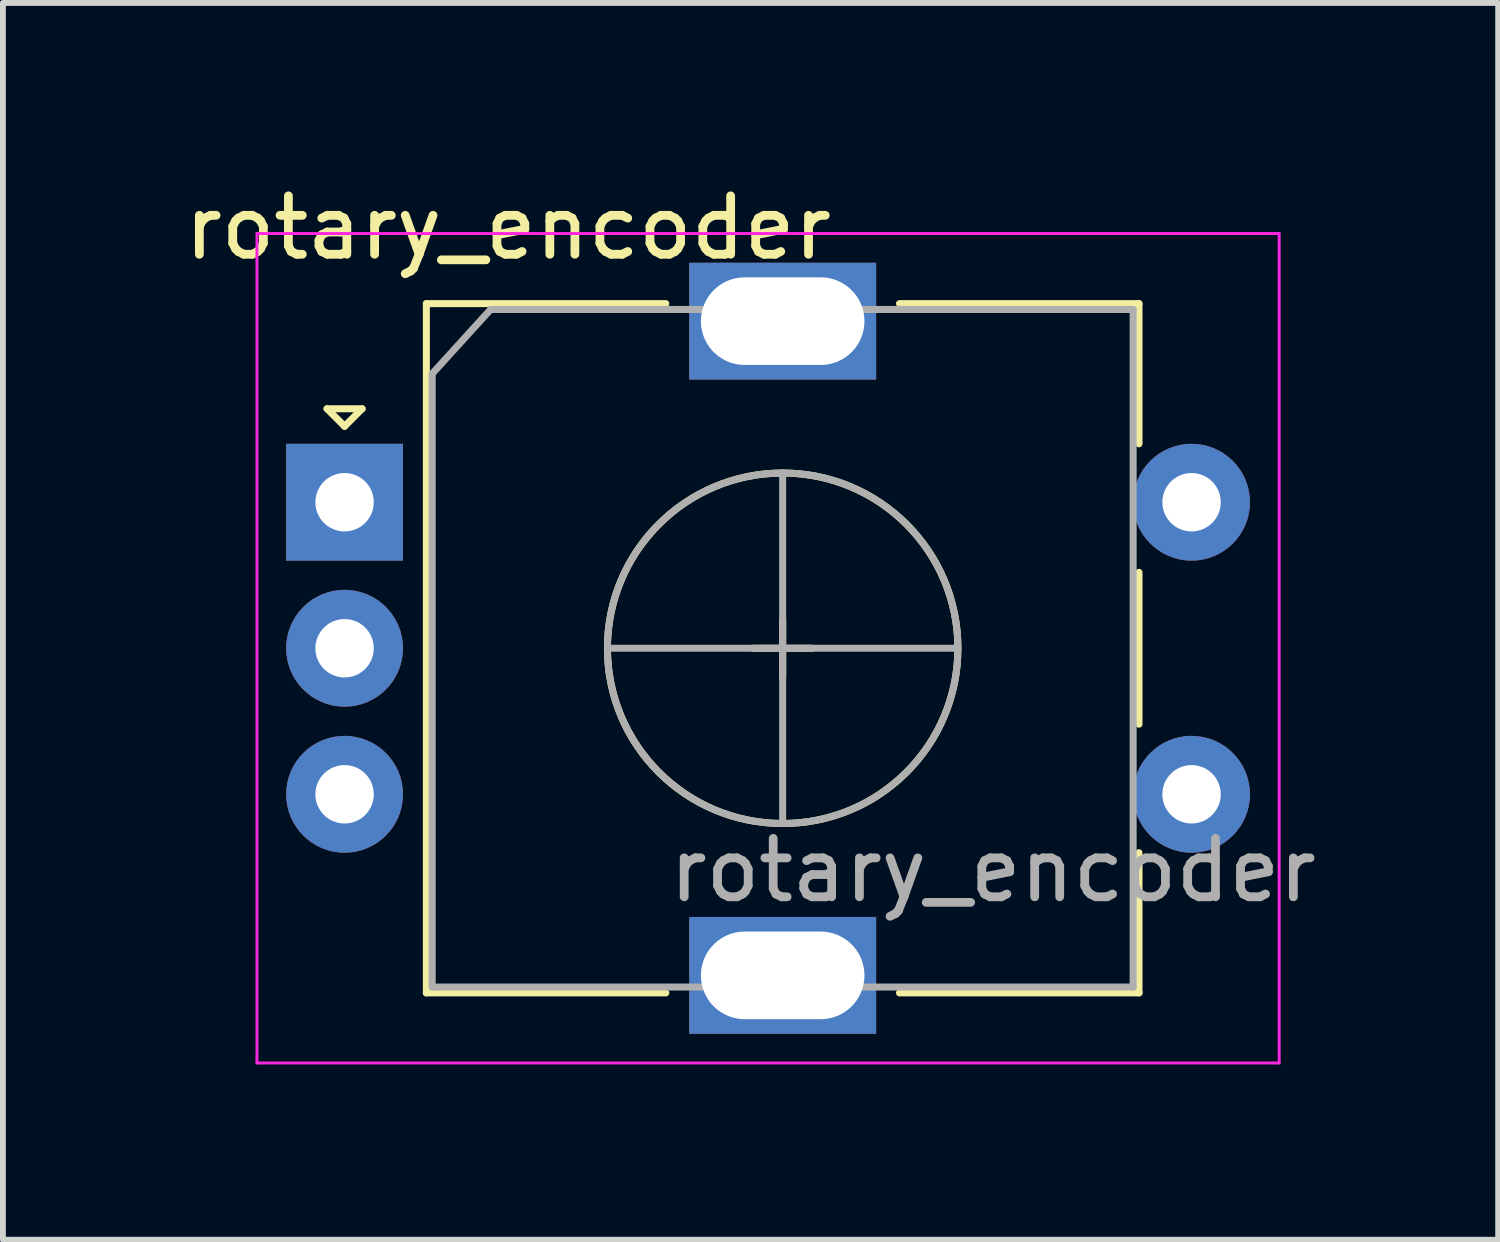
<source format=kicad_pcb>
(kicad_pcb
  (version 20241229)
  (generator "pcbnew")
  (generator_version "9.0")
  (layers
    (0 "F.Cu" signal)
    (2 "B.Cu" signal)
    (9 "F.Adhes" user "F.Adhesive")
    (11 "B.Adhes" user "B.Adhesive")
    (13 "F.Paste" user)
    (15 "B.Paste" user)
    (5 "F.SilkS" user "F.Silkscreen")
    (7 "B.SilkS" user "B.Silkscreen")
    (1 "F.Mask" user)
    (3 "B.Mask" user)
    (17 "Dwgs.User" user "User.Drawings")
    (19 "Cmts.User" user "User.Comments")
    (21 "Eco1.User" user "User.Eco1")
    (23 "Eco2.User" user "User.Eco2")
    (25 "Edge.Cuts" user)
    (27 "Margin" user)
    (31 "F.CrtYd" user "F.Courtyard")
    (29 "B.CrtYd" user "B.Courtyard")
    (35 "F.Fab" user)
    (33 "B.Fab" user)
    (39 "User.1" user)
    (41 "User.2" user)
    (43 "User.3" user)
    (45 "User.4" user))
  (footprint "rotary_encoder"
    (layer "F.Cu")
    (at 2.849 5.548)
    (property "Reference" "rotary_encoder" (at 2.8 -4.7 0) (layer "F.SilkS") (effects (font (size 1 1) (thickness 0.15))))
    (attr through_hole)
    (fp_line (start -0.3 -1.6) (end 0.3 -1.6) (stroke (width 0.12) (type solid)) (layer "F.SilkS"))
    (fp_line (start 0 -1.3) (end -0.3 -1.6) (stroke (width 0.12) (type solid)) (layer "F.SilkS"))
    (fp_line (start 0.3 -1.6) (end 0 -1.3) (stroke (width 0.12) (type solid)) (layer "F.SilkS"))
    (fp_line (start 1.4 -3.4) (end 1.4 8.4) (stroke (width 0.12) (type solid)) (layer "F.SilkS"))
    (fp_line (start 5.5 -3.4) (end 1.4 -3.4) (stroke (width 0.12) (type solid)) (layer "F.SilkS"))
    (fp_line (start 5.5 8.4) (end 1.4 8.4) (stroke (width 0.12) (type solid)) (layer "F.SilkS"))
    (fp_line (start 7 2.5) (end 8 2.5) (stroke (width 0.12) (type solid)) (layer "F.SilkS"))
    (fp_line (start 7.5 2) (end 7.5 3) (stroke (width 0.12) (type solid)) (layer "F.SilkS"))
    (fp_line (start 9.5 -3.4) (end 13.6 -3.4) (stroke (width 0.12) (type solid)) (layer "F.SilkS"))
    (fp_line (start 13.6 -3.4) (end 13.6 -1) (stroke (width 0.12) (type solid)) (layer "F.SilkS"))
    (fp_line (start 13.6 1.2) (end 13.6 3.8) (stroke (width 0.12) (type solid)) (layer "F.SilkS"))
    (fp_line (start 13.6 6) (end 13.6 8.4) (stroke (width 0.12) (type solid)) (layer "F.SilkS"))
    (fp_line (start 13.6 8.4) (end 9.5 8.4) (stroke (width 0.12) (type solid)) (layer "F.SilkS"))
    (fp_circle (center 7.5 2.5) (end 10.5 2.5) (stroke (width 0.12) (type solid)) (fill no) (layer "F.SilkS"))
    (fp_line (start -1.5 -4.6) (end -1.5 9.6) (stroke (width 0.05) (type solid)) (layer "F.CrtYd"))
    (fp_line (start -1.5 -4.6) (end 16 -4.6) (stroke (width 0.05) (type solid)) (layer "F.CrtYd"))
    (fp_line (start 16 9.6) (end -1.5 9.6) (stroke (width 0.05) (type solid)) (layer "F.CrtYd"))
    (fp_line (start 16 9.6) (end 16 -4.6) (stroke (width 0.05) (type solid)) (layer "F.CrtYd"))
    (fp_line (start 1.5 -2.2) (end 2.5 -3.3) (stroke (width 0.12) (type solid)) (layer "F.Fab"))
    (fp_line (start 1.5 8.3) (end 1.5 -2.2) (stroke (width 0.12) (type solid)) (layer "F.Fab"))
    (fp_line (start 2.5 -3.3) (end 13.5 -3.3) (stroke (width 0.12) (type solid)) (layer "F.Fab"))
    (fp_line (start 4.5 2.5) (end 10.5 2.5) (stroke (width 0.12) (type solid)) (layer "F.Fab"))
    (fp_line (start 7.5 -0.5) (end 7.5 5.5) (stroke (width 0.12) (type solid)) (layer "F.Fab"))
    (fp_line (start 13.5 -3.3) (end 13.5 8.3) (stroke (width 0.12) (type solid)) (layer "F.Fab"))
    (fp_line (start 13.5 8.3) (end 1.5 8.3) (stroke (width 0.12) (type solid)) (layer "F.Fab"))
    (fp_circle (center 7.5 2.5) (end 10.5 2.5) (stroke (width 0.12) (type solid)) (fill no) (layer "F.Fab"))
    (fp_text user "${REFERENCE}" (at 11.1 6.3 0) (layer "F.Fab") (effects (font (size 1 1) (thickness 0.15))))
    (pad "A" thru_hole rect (at 0 0) (size 2 2) (drill 1) (layers "*.Cu" "*.Mask"))
    (pad "B" thru_hole circle (at 0 5) (size 2 2) (drill 1) (layers "*.Cu" "*.Mask"))
    (pad "C" thru_hole circle (at 0 2.5) (size 2 2) (drill 1) (layers "*.Cu" "*.Mask"))
    (pad "MP" thru_hole rect (at 7.5 -3.1) (size 3.2 2) (drill oval 2.8 1.5) (layers "*.Cu" "*.Mask"))
    (pad "MP" thru_hole rect (at 7.5 8.1) (size 3.2 2) (drill oval 2.8 1.5) (layers "*.Cu" "*.Mask"))
    (pad "S1" thru_hole circle (at 14.5 5) (size 2 2) (drill 1) (layers "*.Cu" "*.Mask"))
    (pad "S2" thru_hole circle (at 14.5 0) (size 2 2) (drill 1) (layers "*.Cu" "*.Mask")))
  (gr_rect
    (start -3 -3)
    (end 22.598 18.173)
    (stroke (width 0.1) (type default))
    (fill no)
    (layer "Edge.Cuts")))
</source>
